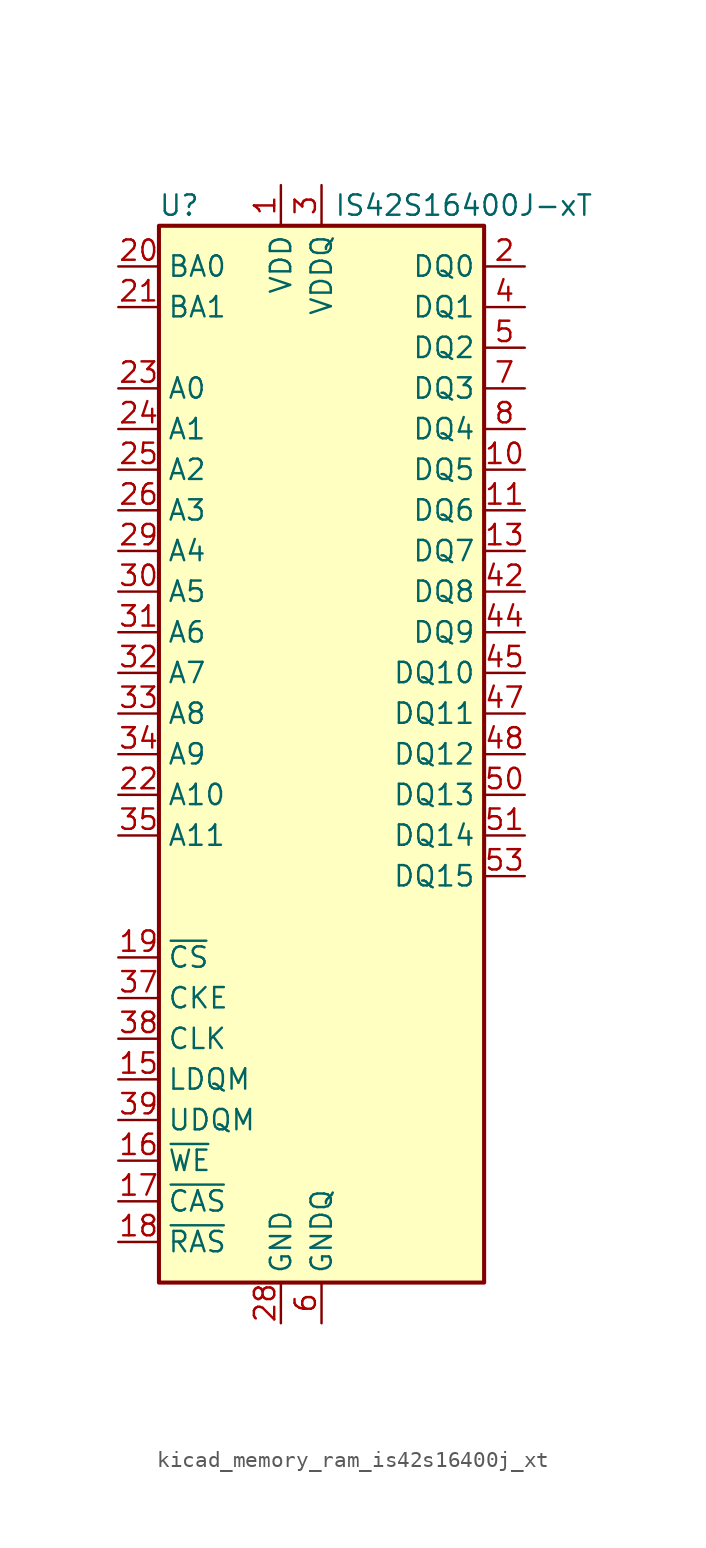
<source format=kicad_sym>
(kicad_symbol_lib
  (version 20220914)
  (generator kicad_symbol_editor)
  (symbol "kicad_memory_ram_is42s16400j_xt"
    (property "Reference" "U"
      (at -8.89 34.29 0)
      (effects (font (size 1.27 1.27))))
    (property "Value" "IS42S16400J-xT"
      (at 8.89 34.29 0)
      (effects (font (size 1.27 1.27))))
    (symbol "kicad_memory_ram_is42s16400j_xt_1_1"
      (rectangle (start -10.16 33.02) (end 10.16 -33.02) (stroke (width 0.254) (type default)) (fill (type background)))
      (pin power_in line (at -2.54 35.56 270) (length 2.54) (name "VDD" (effects (font (size 1.27 1.27)))) (number "1" (effects (font (size 1.27 1.27)))))
      (pin bidirectional line (at 12.7 17.78 180) (length 2.54) (name "DQ5" (effects (font (size 1.27 1.27)))) (number "10" (effects (font (size 1.27 1.27)))))
      (pin bidirectional line (at 12.7 15.24 180) (length 2.54) (name "DQ6" (effects (font (size 1.27 1.27)))) (number "11" (effects (font (size 1.27 1.27)))))
      (pin passive line (at 0 -35.56 90) (length 2.54) hide (name "GNDQ" (effects (font (size 1.27 1.27)))) (number "12" (effects (font (size 1.27 1.27)))))
      (pin bidirectional line (at 12.7 12.7 180) (length 2.54) (name "DQ7" (effects (font (size 1.27 1.27)))) (number "13" (effects (font (size 1.27 1.27)))))
      (pin passive line (at -2.54 35.56 270) (length 2.54) hide (name "VDD" (effects (font (size 1.27 1.27)))) (number "14" (effects (font (size 1.27 1.27)))))
      (pin input line (at -12.7 -20.32 0) (length 2.54) (name "LDQM" (effects (font (size 1.27 1.27)))) (number "15" (effects (font (size 1.27 1.27)))))
      (pin input line (at -12.7 -25.4 0) (length 2.54) (name "~{WE}" (effects (font (size 1.27 1.27)))) (number "16" (effects (font (size 1.27 1.27)))))
      (pin input line (at -12.7 -27.94 0) (length 2.54) (name "~{CAS}" (effects (font (size 1.27 1.27)))) (number "17" (effects (font (size 1.27 1.27)))))
      (pin input line (at -12.7 -30.48 0) (length 2.54) (name "~{RAS}" (effects (font (size 1.27 1.27)))) (number "18" (effects (font (size 1.27 1.27)))))
      (pin input line (at -12.7 -12.7 0) (length 2.54) (name "~{CS}" (effects (font (size 1.27 1.27)))) (number "19" (effects (font (size 1.27 1.27)))))
      (pin bidirectional line (at 12.7 30.48 180) (length 2.54) (name "DQ0" (effects (font (size 1.27 1.27)))) (number "2" (effects (font (size 1.27 1.27)))))
      (pin input line (at -12.7 30.48 0) (length 2.54) (name "BA0" (effects (font (size 1.27 1.27)))) (number "20" (effects (font (size 1.27 1.27)))))
      (pin input line (at -12.7 27.94 0) (length 2.54) (name "BA1" (effects (font (size 1.27 1.27)))) (number "21" (effects (font (size 1.27 1.27)))))
      (pin input line (at -12.7 -2.54 0) (length 2.54) (name "A10" (effects (font (size 1.27 1.27)))) (number "22" (effects (font (size 1.27 1.27)))))
      (pin input line (at -12.7 22.86 0) (length 2.54) (name "A0" (effects (font (size 1.27 1.27)))) (number "23" (effects (font (size 1.27 1.27)))))
      (pin input line (at -12.7 20.32 0) (length 2.54) (name "A1" (effects (font (size 1.27 1.27)))) (number "24" (effects (font (size 1.27 1.27)))))
      (pin input line (at -12.7 17.78 0) (length 2.54) (name "A2" (effects (font (size 1.27 1.27)))) (number "25" (effects (font (size 1.27 1.27)))))
      (pin input line (at -12.7 15.24 0) (length 2.54) (name "A3" (effects (font (size 1.27 1.27)))) (number "26" (effects (font (size 1.27 1.27)))))
      (pin passive line (at -2.54 35.56 270) (length 2.54) hide (name "VDD" (effects (font (size 1.27 1.27)))) (number "27" (effects (font (size 1.27 1.27)))))
      (pin power_in line (at -2.54 -35.56 90) (length 2.54) (name "GND" (effects (font (size 1.27 1.27)))) (number "28" (effects (font (size 1.27 1.27)))))
      (pin input line (at -12.7 12.7 0) (length 2.54) (name "A4" (effects (font (size 1.27 1.27)))) (number "29" (effects (font (size 1.27 1.27)))))
      (pin power_in line (at 0 35.56 270) (length 2.54) (name "VDDQ" (effects (font (size 1.27 1.27)))) (number "3" (effects (font (size 1.27 1.27)))))
      (pin input line (at -12.7 10.16 0) (length 2.54) (name "A5" (effects (font (size 1.27 1.27)))) (number "30" (effects (font (size 1.27 1.27)))))
      (pin input line (at -12.7 7.62 0) (length 2.54) (name "A6" (effects (font (size 1.27 1.27)))) (number "31" (effects (font (size 1.27 1.27)))))
      (pin input line (at -12.7 5.08 0) (length 2.54) (name "A7" (effects (font (size 1.27 1.27)))) (number "32" (effects (font (size 1.27 1.27)))))
      (pin input line (at -12.7 2.54 0) (length 2.54) (name "A8" (effects (font (size 1.27 1.27)))) (number "33" (effects (font (size 1.27 1.27)))))
      (pin input line (at -12.7 0 0) (length 2.54) (name "A9" (effects (font (size 1.27 1.27)))) (number "34" (effects (font (size 1.27 1.27)))))
      (pin input line (at -12.7 -5.08 0) (length 2.54) (name "A11" (effects (font (size 1.27 1.27)))) (number "35" (effects (font (size 1.27 1.27)))))
      (pin no_connect line (at 10.16 -17.78 180) (length 2.54) hide (name "NC" (effects (font (size 1.27 1.27)))) (number "36" (effects (font (size 1.27 1.27)))))
      (pin input line (at -12.7 -15.24 0) (length 2.54) (name "CKE" (effects (font (size 1.27 1.27)))) (number "37" (effects (font (size 1.27 1.27)))))
      (pin input line (at -12.7 -17.78 0) (length 2.54) (name "CLK" (effects (font (size 1.27 1.27)))) (number "38" (effects (font (size 1.27 1.27)))))
      (pin input line (at -12.7 -22.86 0) (length 2.54) (name "UDQM" (effects (font (size 1.27 1.27)))) (number "39" (effects (font (size 1.27 1.27)))))
      (pin bidirectional line (at 12.7 27.94 180) (length 2.54) (name "DQ1" (effects (font (size 1.27 1.27)))) (number "4" (effects (font (size 1.27 1.27)))))
      (pin no_connect line (at 10.16 -20.32 180) (length 2.54) hide (name "NC" (effects (font (size 1.27 1.27)))) (number "40" (effects (font (size 1.27 1.27)))))
      (pin passive line (at -2.54 -35.56 90) (length 2.54) hide (name "GND" (effects (font (size 1.27 1.27)))) (number "41" (effects (font (size 1.27 1.27)))))
      (pin bidirectional line (at 12.7 10.16 180) (length 2.54) (name "DQ8" (effects (font (size 1.27 1.27)))) (number "42" (effects (font (size 1.27 1.27)))))
      (pin passive line (at 0 35.56 270) (length 2.54) hide (name "VDDQ" (effects (font (size 1.27 1.27)))) (number "43" (effects (font (size 1.27 1.27)))))
      (pin bidirectional line (at 12.7 7.62 180) (length 2.54) (name "DQ9" (effects (font (size 1.27 1.27)))) (number "44" (effects (font (size 1.27 1.27)))))
      (pin bidirectional line (at 12.7 5.08 180) (length 2.54) (name "DQ10" (effects (font (size 1.27 1.27)))) (number "45" (effects (font (size 1.27 1.27)))))
      (pin passive line (at 0 -35.56 90) (length 2.54) hide (name "GNDQ" (effects (font (size 1.27 1.27)))) (number "46" (effects (font (size 1.27 1.27)))))
      (pin bidirectional line (at 12.7 2.54 180) (length 2.54) (name "DQ11" (effects (font (size 1.27 1.27)))) (number "47" (effects (font (size 1.27 1.27)))))
      (pin bidirectional line (at 12.7 0 180) (length 2.54) (name "DQ12" (effects (font (size 1.27 1.27)))) (number "48" (effects (font (size 1.27 1.27)))))
      (pin passive line (at 0 35.56 270) (length 2.54) hide (name "VDDQ" (effects (font (size 1.27 1.27)))) (number "49" (effects (font (size 1.27 1.27)))))
      (pin bidirectional line (at 12.7 25.4 180) (length 2.54) (name "DQ2" (effects (font (size 1.27 1.27)))) (number "5" (effects (font (size 1.27 1.27)))))
      (pin bidirectional line (at 12.7 -2.54 180) (length 2.54) (name "DQ13" (effects (font (size 1.27 1.27)))) (number "50" (effects (font (size 1.27 1.27)))))
      (pin bidirectional line (at 12.7 -5.08 180) (length 2.54) (name "DQ14" (effects (font (size 1.27 1.27)))) (number "51" (effects (font (size 1.27 1.27)))))
      (pin passive line (at 0 -35.56 90) (length 2.54) hide (name "GNDQ" (effects (font (size 1.27 1.27)))) (number "52" (effects (font (size 1.27 1.27)))))
      (pin bidirectional line (at 12.7 -7.62 180) (length 2.54) (name "DQ15" (effects (font (size 1.27 1.27)))) (number "53" (effects (font (size 1.27 1.27)))))
      (pin passive line (at -2.54 -35.56 90) (length 2.54) hide (name "GND" (effects (font (size 1.27 1.27)))) (number "54" (effects (font (size 1.27 1.27)))))
      (pin power_in line (at 0 -35.56 90) (length 2.54) (name "GNDQ" (effects (font (size 1.27 1.27)))) (number "6" (effects (font (size 1.27 1.27)))))
      (pin bidirectional line (at 12.7 22.86 180) (length 2.54) (name "DQ3" (effects (font (size 1.27 1.27)))) (number "7" (effects (font (size 1.27 1.27)))))
      (pin bidirectional line (at 12.7 20.32 180) (length 2.54) (name "DQ4" (effects (font (size 1.27 1.27)))) (number "8" (effects (font (size 1.27 1.27)))))
      (pin passive line (at 0 35.56 270) (length 2.54) hide (name "VDDQ" (effects (font (size 1.27 1.27)))) (number "9" (effects (font (size 1.27 1.27))))))))
</source>
